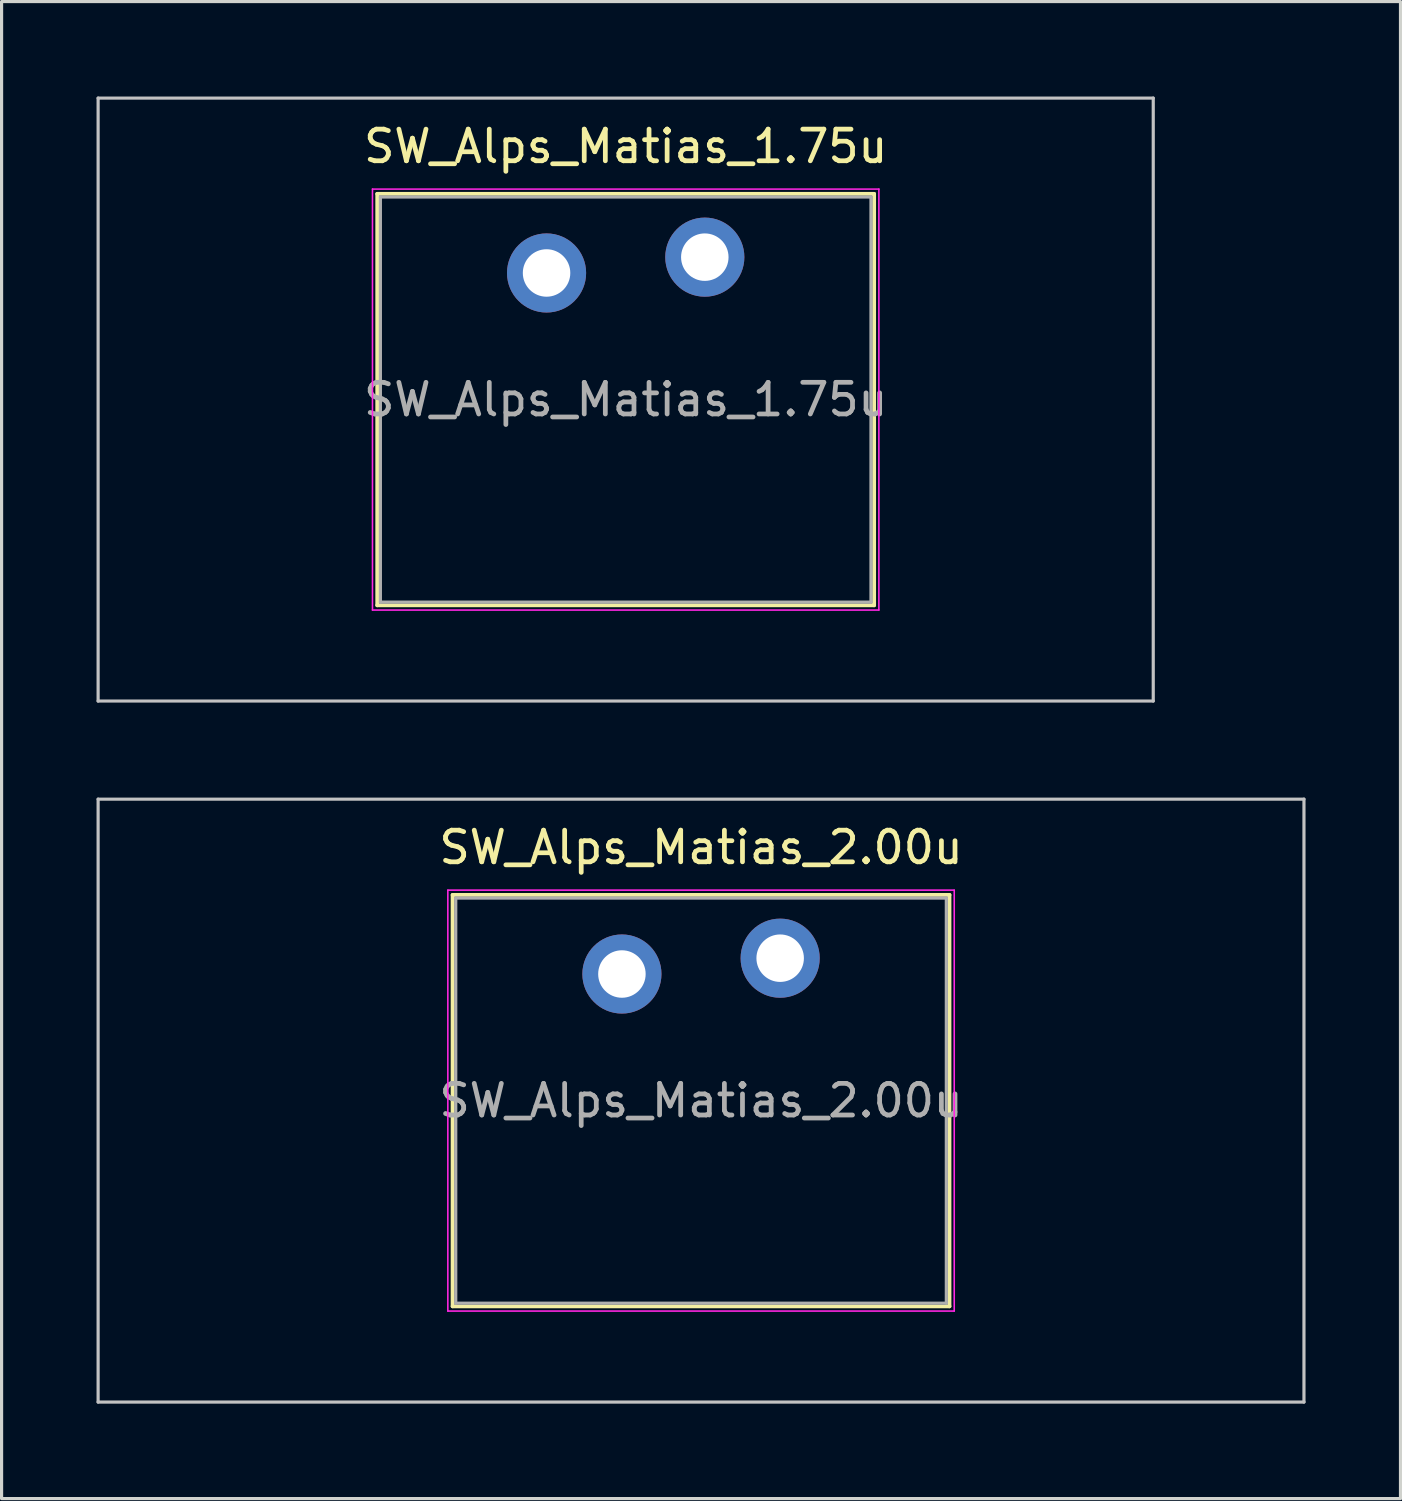
<source format=kicad_pcb>
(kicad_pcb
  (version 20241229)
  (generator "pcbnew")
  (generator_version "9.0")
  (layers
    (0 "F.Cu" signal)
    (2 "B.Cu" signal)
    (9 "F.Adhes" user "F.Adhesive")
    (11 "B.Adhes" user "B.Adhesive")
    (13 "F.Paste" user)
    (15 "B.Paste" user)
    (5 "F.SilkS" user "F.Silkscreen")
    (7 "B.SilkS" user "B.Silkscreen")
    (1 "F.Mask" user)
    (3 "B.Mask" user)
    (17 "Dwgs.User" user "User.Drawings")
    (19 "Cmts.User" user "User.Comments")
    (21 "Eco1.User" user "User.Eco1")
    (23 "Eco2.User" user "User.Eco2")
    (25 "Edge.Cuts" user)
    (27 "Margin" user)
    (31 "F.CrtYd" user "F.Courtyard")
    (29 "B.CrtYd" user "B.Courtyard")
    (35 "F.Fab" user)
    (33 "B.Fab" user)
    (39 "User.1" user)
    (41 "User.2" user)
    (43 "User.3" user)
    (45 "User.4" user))
  (footprint "SW_Alps_Matias_2.00u"
    (layer "F.Cu")
    (at 19.1 31.725)
    (property "Reference" "SW_Alps_Matias_2.00u" (at 0 -8 0) (layer "F.SilkS") (effects (font (size 1 1) (thickness 0.15))))
    (attr through_hole)
    (fp_line (start -7.85 -6.5) (end -7.85 6.5) (stroke (width 0.12) (type solid)) (layer "F.SilkS"))
    (fp_line (start -7.85 6.5) (end 7.85 6.5) (stroke (width 0.12) (type solid)) (layer "F.SilkS"))
    (fp_line (start 7.85 -6.5) (end -7.85 -6.5) (stroke (width 0.12) (type solid)) (layer "F.SilkS"))
    (fp_line (start 7.85 6.5) (end 7.85 -6.5) (stroke (width 0.12) (type solid)) (layer "F.SilkS"))
    (fp_line (start -19.05 -9.525) (end -19.05 9.525) (stroke (width 0.1) (type solid)) (layer "Dwgs.User"))
    (fp_line (start -19.05 9.525) (end 19.05 9.525) (stroke (width 0.1) (type solid)) (layer "Dwgs.User"))
    (fp_line (start 19.05 -9.525) (end -19.05 -9.525) (stroke (width 0.1) (type solid)) (layer "Dwgs.User"))
    (fp_line (start 19.05 9.525) (end 19.05 -9.525) (stroke (width 0.1) (type solid)) (layer "Dwgs.User"))
    (fp_line (start -8 -6.65) (end -8 6.65) (stroke (width 0.05) (type solid)) (layer "F.CrtYd"))
    (fp_line (start -8 6.65) (end 8 6.65) (stroke (width 0.05) (type solid)) (layer "F.CrtYd"))
    (fp_line (start 8 -6.65) (end -8 -6.65) (stroke (width 0.05) (type solid)) (layer "F.CrtYd"))
    (fp_line (start 8 6.65) (end 8 -6.65) (stroke (width 0.05) (type solid)) (layer "F.CrtYd"))
    (fp_line (start -7.75 -6.4) (end -7.75 6.4) (stroke (width 0.1) (type solid)) (layer "F.Fab"))
    (fp_line (start -7.75 6.4) (end 7.75 6.4) (stroke (width 0.1) (type solid)) (layer "F.Fab"))
    (fp_line (start 7.75 -6.4) (end -7.75 -6.4) (stroke (width 0.1) (type solid)) (layer "F.Fab"))
    (fp_line (start 7.75 6.4) (end 7.75 -6.4) (stroke (width 0.1) (type solid)) (layer "F.Fab"))
    (fp_text user "${REFERENCE}" (at 0 0 0) (layer "F.Fab") (effects (font (size 1 1) (thickness 0.15))))
    (pad "1" thru_hole circle (at 2.5 -4.5) (size 2.5 2.5) (drill 1.5) (layers "*.Cu" "B.Mask"))
    (pad "2" thru_hole circle (at -2.5 -4) (size 2.5 2.5) (drill 1.5) (layers "*.Cu" "B.Mask")))
  (footprint "SW_Alps_Matias_1.75u"
    (layer "F.Cu")
    (at 16.719 9.575)
    (property "Reference" "SW_Alps_Matias_1.75u" (at 0 -8 0) (layer "F.SilkS") (effects (font (size 1 1) (thickness 0.15))))
    (attr through_hole)
    (fp_line (start -7.85 -6.5) (end -7.85 6.5) (stroke (width 0.12) (type solid)) (layer "F.SilkS"))
    (fp_line (start -7.85 6.5) (end 7.85 6.5) (stroke (width 0.12) (type solid)) (layer "F.SilkS"))
    (fp_line (start 7.85 -6.5) (end -7.85 -6.5) (stroke (width 0.12) (type solid)) (layer "F.SilkS"))
    (fp_line (start 7.85 6.5) (end 7.85 -6.5) (stroke (width 0.12) (type solid)) (layer "F.SilkS"))
    (fp_line (start -16.669 -9.525) (end -16.669 9.525) (stroke (width 0.1) (type solid)) (layer "Dwgs.User"))
    (fp_line (start -16.669 9.525) (end 16.669 9.525) (stroke (width 0.1) (type solid)) (layer "Dwgs.User"))
    (fp_line (start 16.669 -9.525) (end -16.669 -9.525) (stroke (width 0.1) (type solid)) (layer "Dwgs.User"))
    (fp_line (start 16.669 9.525) (end 16.669 -9.525) (stroke (width 0.1) (type solid)) (layer "Dwgs.User"))
    (fp_line (start -8 -6.65) (end -8 6.65) (stroke (width 0.05) (type solid)) (layer "F.CrtYd"))
    (fp_line (start -8 6.65) (end 8 6.65) (stroke (width 0.05) (type solid)) (layer "F.CrtYd"))
    (fp_line (start 8 -6.65) (end -8 -6.65) (stroke (width 0.05) (type solid)) (layer "F.CrtYd"))
    (fp_line (start 8 6.65) (end 8 -6.65) (stroke (width 0.05) (type solid)) (layer "F.CrtYd"))
    (fp_line (start -7.75 -6.4) (end -7.75 6.4) (stroke (width 0.1) (type solid)) (layer "F.Fab"))
    (fp_line (start -7.75 6.4) (end 7.75 6.4) (stroke (width 0.1) (type solid)) (layer "F.Fab"))
    (fp_line (start 7.75 -6.4) (end -7.75 -6.4) (stroke (width 0.1) (type solid)) (layer "F.Fab"))
    (fp_line (start 7.75 6.4) (end 7.75 -6.4) (stroke (width 0.1) (type solid)) (layer "F.Fab"))
    (fp_text user "${REFERENCE}" (at 0 0 0) (layer "F.Fab") (effects (font (size 1 1) (thickness 0.15))))
    (pad "1" thru_hole circle (at 2.5 -4.5) (size 2.5 2.5) (drill 1.5) (layers "*.Cu" "B.Mask"))
    (pad "2" thru_hole circle (at -2.5 -4) (size 2.5 2.5) (drill 1.5) (layers "*.Cu" "B.Mask")))
  (gr_rect
    (start -3 -3)
    (end 41.2 44.3)
    (stroke (width 0.1) (type default))
    (fill no)
    (layer "Edge.Cuts")))
</source>
